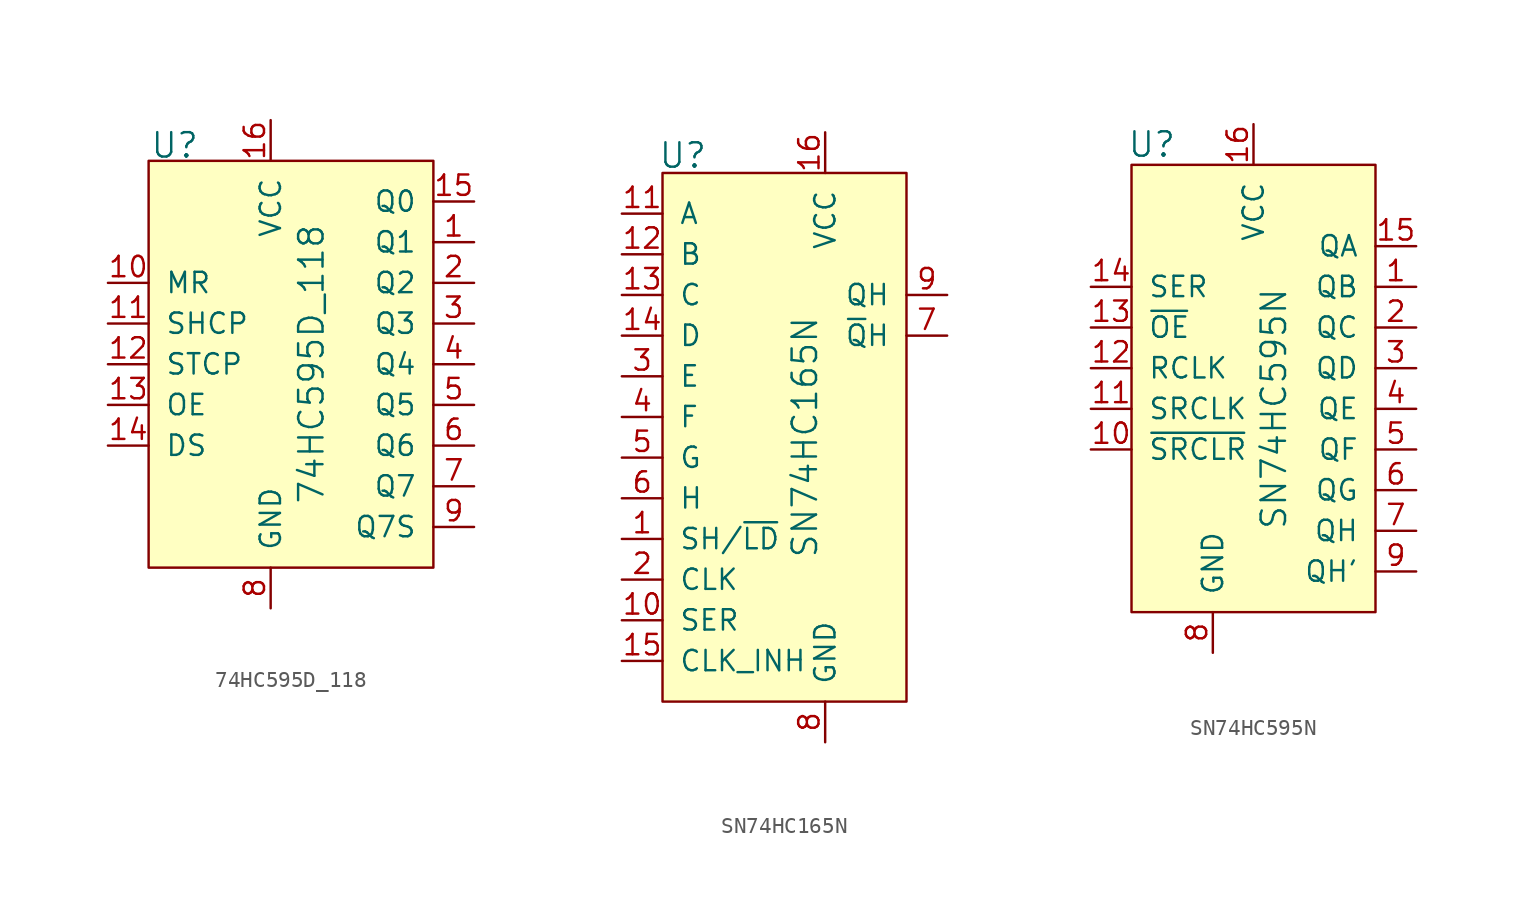
<source format=kicad_sym>
(kicad_symbol_lib
  (version 20211014)
  (generator kicad_symbol_editor)
  (symbol "74HC595D_118"
    (pin_names
      (offset 1.016))
    (property "Reference" "U"
      (at -7.544 0.965 0)
      (effects (font (size 1.524 1.524)) (justify left)))
    (property "Value" "74HC595D_118"
      (at 2.54 -12.7 90)
      (effects (font (size 1.524 1.524))))
    (symbol "74HC595D_118_0_1"
      (rectangle (start -7.62 0) (end 10.16 -25.4) (stroke (width 0) (type default) (color 0 0 0 0)) (fill (type background))))
    (symbol "74HC595D_118_1_1"
      (pin output line (at 12.7 -5.08 180) (length 2.54) (name "Q1" (effects (font (size 1.27 1.27)))) (number "1" (effects (font (size 1.27 1.27)))))
      (pin input line (at -10.16 -7.62 0) (length 2.54) (name "MR" (effects (font (size 1.27 1.27)))) (number "10" (effects (font (size 1.27 1.27)))))
      (pin input line (at -10.16 -10.16 0) (length 2.54) (name "SHCP" (effects (font (size 1.27 1.27)))) (number "11" (effects (font (size 1.27 1.27)))))
      (pin input line (at -10.16 -12.7 0) (length 2.54) (name "STCP" (effects (font (size 1.27 1.27)))) (number "12" (effects (font (size 1.27 1.27)))))
      (pin input line (at -10.16 -15.24 0) (length 2.54) (name "OE" (effects (font (size 1.27 1.27)))) (number "13" (effects (font (size 1.27 1.27)))))
      (pin input line (at -10.16 -17.78 0) (length 2.54) (name "DS" (effects (font (size 1.27 1.27)))) (number "14" (effects (font (size 1.27 1.27)))))
      (pin output line (at 12.7 -2.54 180) (length 2.54) (name "Q0" (effects (font (size 1.27 1.27)))) (number "15" (effects (font (size 1.27 1.27)))))
      (pin power_in line (at 0 2.54 270) (length 2.54) (name "VCC" (effects (font (size 1.27 1.27)))) (number "16" (effects (font (size 1.27 1.27)))))
      (pin output line (at 12.7 -7.62 180) (length 2.54) (name "Q2" (effects (font (size 1.27 1.27)))) (number "2" (effects (font (size 1.27 1.27)))))
      (pin output line (at 12.7 -10.16 180) (length 2.54) (name "Q3" (effects (font (size 1.27 1.27)))) (number "3" (effects (font (size 1.27 1.27)))))
      (pin output line (at 12.7 -12.7 180) (length 2.54) (name "Q4" (effects (font (size 1.27 1.27)))) (number "4" (effects (font (size 1.27 1.27)))))
      (pin output line (at 12.7 -15.24 180) (length 2.54) (name "Q5" (effects (font (size 1.27 1.27)))) (number "5" (effects (font (size 1.27 1.27)))))
      (pin output line (at 12.7 -17.78 180) (length 2.54) (name "Q6" (effects (font (size 1.27 1.27)))) (number "6" (effects (font (size 1.27 1.27)))))
      (pin output line (at 12.7 -20.32 180) (length 2.54) (name "Q7" (effects (font (size 1.27 1.27)))) (number "7" (effects (font (size 1.27 1.27)))))
      (pin power_in line (at 0 -27.94 90) (length 2.54) (name "GND" (effects (font (size 1.27 1.27)))) (number "8" (effects (font (size 1.27 1.27)))))
      (pin output line (at 12.7 -22.86 180) (length 2.54) (name "Q7S" (effects (font (size 1.27 1.27)))) (number "9" (effects (font (size 1.27 1.27)))))))
  (symbol "SN74HC165N"
    (pin_names
      (offset 1.016))
    (property "Reference" "U"
      (at -8.89 16.332 0)
      (effects (font (size 1.524 1.524))))
    (property "Value" "SN74HC165N"
      (at -1.27 -1.27 90)
      (effects (font (size 1.524 1.524))))
    (symbol "SN74HC165N_0_1"
      (rectangle (start -10.16 15.24) (end 5.08 -17.78) (stroke (width 0) (type default) (color 0 0 0 0)) (fill (type background))))
    (symbol "SN74HC165N_1_1"
      (pin output line (at -12.7 -7.62 0) (length 2.54) (name "SH/~{LD}" (effects (font (size 1.27 1.27)))) (number "1" (effects (font (size 1.27 1.27)))))
      (pin output line (at -12.7 -12.7 0) (length 2.54) (name "SER" (effects (font (size 1.27 1.27)))) (number "10" (effects (font (size 1.27 1.27)))))
      (pin input line (at -12.7 12.7 0) (length 2.54) (name "A" (effects (font (size 1.27 1.27)))) (number "11" (effects (font (size 1.27 1.27)))))
      (pin input line (at -12.7 10.16 0) (length 2.54) (name "B" (effects (font (size 1.27 1.27)))) (number "12" (effects (font (size 1.27 1.27)))))
      (pin input line (at -12.7 7.62 0) (length 2.54) (name "C" (effects (font (size 1.27 1.27)))) (number "13" (effects (font (size 1.27 1.27)))))
      (pin input line (at -12.7 5.08 0) (length 2.54) (name "D" (effects (font (size 1.27 1.27)))) (number "14" (effects (font (size 1.27 1.27)))))
      (pin input line (at -12.7 -15.24 0) (length 2.54) (name "CLK_INH" (effects (font (size 1.27 1.27)))) (number "15" (effects (font (size 1.27 1.27)))))
      (pin output line (at 0 17.78 270) (length 2.54) (name "VCC" (effects (font (size 1.27 1.27)))) (number "16" (effects (font (size 1.27 1.27)))))
      (pin input line (at -12.7 -10.16 0) (length 2.54) (name "CLK" (effects (font (size 1.27 1.27)))) (number "2" (effects (font (size 1.27 1.27)))))
      (pin input line (at -12.7 2.54 0) (length 2.54) (name "E" (effects (font (size 1.27 1.27)))) (number "3" (effects (font (size 1.27 1.27)))))
      (pin input line (at -12.7 0 0) (length 2.54) (name "F" (effects (font (size 1.27 1.27)))) (number "4" (effects (font (size 1.27 1.27)))))
      (pin input line (at -12.7 -2.54 0) (length 2.54) (name "G" (effects (font (size 1.27 1.27)))) (number "5" (effects (font (size 1.27 1.27)))))
      (pin input line (at -12.7 -5.08 0) (length 2.54) (name "H" (effects (font (size 1.27 1.27)))) (number "6" (effects (font (size 1.27 1.27)))))
      (pin output line (at 7.62 5.08 180) (length 2.54) (name "~{Q}H" (effects (font (size 1.27 1.27)))) (number "7" (effects (font (size 1.27 1.27)))))
      (pin input line (at 0 -20.32 90) (length 2.54) (name "GND" (effects (font (size 1.27 1.27)))) (number "8" (effects (font (size 1.27 1.27)))))
      (pin output line (at 7.62 7.62 180) (length 2.54) (name "QH" (effects (font (size 1.27 1.27)))) (number "9" (effects (font (size 1.27 1.27)))))))
  (symbol "SN74HC595N"
    (pin_names
      (offset 1.016))
    (property "Reference" "U"
      (at -11.43 16.51 0)
      (effects (font (size 1.524 1.524))))
    (property "Value" "SN74HC595N"
      (at -3.81 0 90)
      (effects (font (size 1.524 1.524))))
    (symbol "SN74HC595N_0_1"
      (rectangle (start -12.7 15.24) (end 2.54 -12.7) (stroke (width 0) (type default) (color 0 0 0 0)) (fill (type background))))
    (symbol "SN74HC595N_1_1"
      (pin output line (at 5.08 7.62 180) (length 2.54) (name "QB" (effects (font (size 1.27 1.27)))) (number "1" (effects (font (size 1.27 1.27)))))
      (pin input line (at -15.24 -2.54 0) (length 2.54) (name "~{SRCLR}" (effects (font (size 1.27 1.27)))) (number "10" (effects (font (size 1.27 1.27)))))
      (pin input line (at -15.24 0 0) (length 2.54) (name "SRCLK" (effects (font (size 1.27 1.27)))) (number "11" (effects (font (size 1.27 1.27)))))
      (pin input line (at -15.24 2.54 0) (length 2.54) (name "RCLK" (effects (font (size 1.27 1.27)))) (number "12" (effects (font (size 1.27 1.27)))))
      (pin input line (at -15.24 5.08 0) (length 2.54) (name "~{OE}" (effects (font (size 1.27 1.27)))) (number "13" (effects (font (size 1.27 1.27)))))
      (pin input line (at -15.24 7.62 0) (length 2.54) (name "SER" (effects (font (size 1.27 1.27)))) (number "14" (effects (font (size 1.27 1.27)))))
      (pin output line (at 5.08 10.16 180) (length 2.54) (name "QA" (effects (font (size 1.27 1.27)))) (number "15" (effects (font (size 1.27 1.27)))))
      (pin power_in line (at -5.08 17.78 270) (length 2.54) (name "VCC" (effects (font (size 1.27 1.27)))) (number "16" (effects (font (size 1.27 1.27)))))
      (pin output line (at 5.08 5.08 180) (length 2.54) (name "QC" (effects (font (size 1.27 1.27)))) (number "2" (effects (font (size 1.27 1.27)))))
      (pin output line (at 5.08 2.54 180) (length 2.54) (name "QD" (effects (font (size 1.27 1.27)))) (number "3" (effects (font (size 1.27 1.27)))))
      (pin output line (at 5.08 0 180) (length 2.54) (name "QE" (effects (font (size 1.27 1.27)))) (number "4" (effects (font (size 1.27 1.27)))))
      (pin output line (at 5.08 -2.54 180) (length 2.54) (name "QF" (effects (font (size 1.27 1.27)))) (number "5" (effects (font (size 1.27 1.27)))))
      (pin output line (at 5.08 -5.08 180) (length 2.54) (name "QG" (effects (font (size 1.27 1.27)))) (number "6" (effects (font (size 1.27 1.27)))))
      (pin output line (at 5.08 -7.62 180) (length 2.54) (name "QH" (effects (font (size 1.27 1.27)))) (number "7" (effects (font (size 1.27 1.27)))))
      (pin power_in line (at -7.62 -15.24 90) (length 2.54) (name "GND" (effects (font (size 1.27 1.27)))) (number "8" (effects (font (size 1.27 1.27)))))
      (pin output line (at 5.08 -10.16 180) (length 2.54) (name "QH'" (effects (font (size 1.27 1.27)))) (number "9" (effects (font (size 1.27 1.27))))))))
</source>
